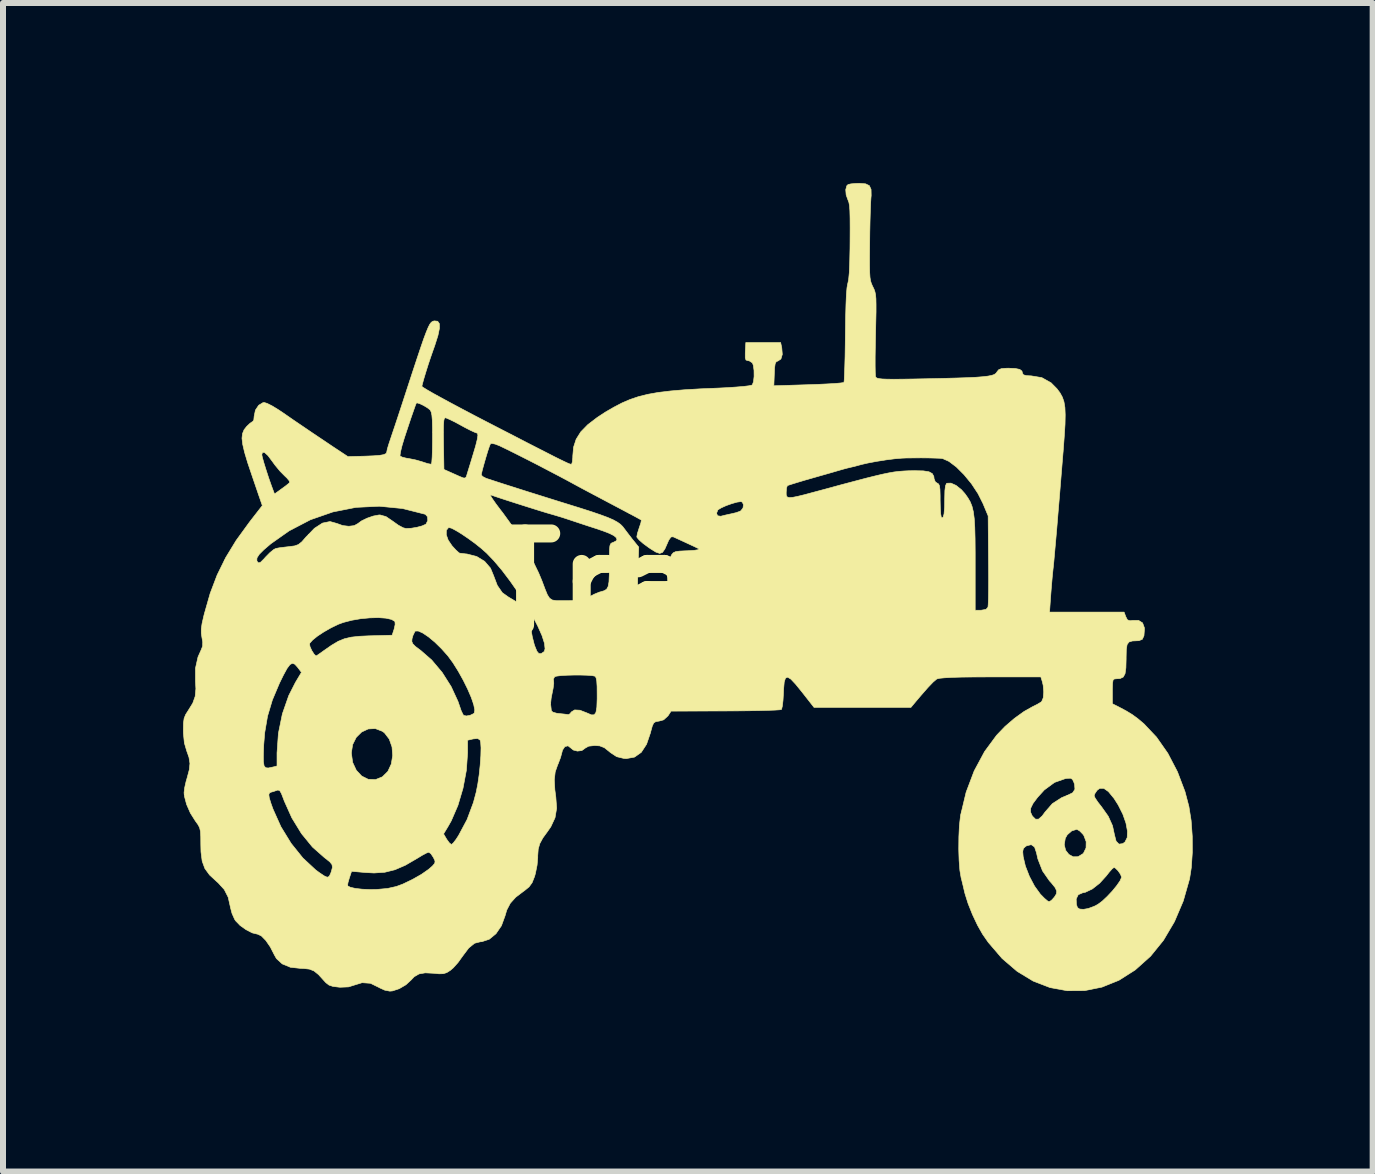
<source format=kicad_pcb>
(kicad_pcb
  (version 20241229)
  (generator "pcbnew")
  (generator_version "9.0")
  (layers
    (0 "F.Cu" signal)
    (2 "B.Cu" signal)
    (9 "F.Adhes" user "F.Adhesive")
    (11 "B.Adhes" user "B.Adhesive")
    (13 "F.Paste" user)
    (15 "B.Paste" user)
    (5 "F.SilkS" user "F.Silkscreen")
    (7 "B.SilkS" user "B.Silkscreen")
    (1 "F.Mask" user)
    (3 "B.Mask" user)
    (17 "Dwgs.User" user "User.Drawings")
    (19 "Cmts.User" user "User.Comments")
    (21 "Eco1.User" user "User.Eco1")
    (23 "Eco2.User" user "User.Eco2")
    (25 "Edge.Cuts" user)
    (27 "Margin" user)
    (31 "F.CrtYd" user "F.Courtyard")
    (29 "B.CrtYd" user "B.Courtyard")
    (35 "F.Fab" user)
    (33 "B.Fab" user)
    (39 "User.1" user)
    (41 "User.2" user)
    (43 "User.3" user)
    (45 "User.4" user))
  (footprint "Tractor"
    (layer "F.Cu")
    (at 9.11 6.673)
    (property "Reference" "Tractor" (at 0 0 0) (layer "F.SilkS") (effects (font (size 1.524 1.524) (thickness 0.3))))
    (attr through_hole)
    (fp_poly (pts (xy 2.263 -6.66) (xy 2.325 -6.63) (xy 2.354 -6.567) (xy 2.356 -6.464) (xy 2.352 -6.422) (xy 2.347 -6.342) (xy 2.342 -6.211) (xy 2.337 -6.044) (xy 2.333 -5.853) (xy 2.331 -5.667) (xy 2.329 -5.456) (xy 2.329 -5.299) (xy 2.331 -5.185) (xy 2.336 -5.104) (xy 2.345 -5.045) (xy 2.359 -5) (xy 2.378 -4.956) (xy 2.385 -4.943) (xy 2.405 -4.901) (xy 2.419 -4.86) (xy 2.429 -4.812) (xy 2.435 -4.746) (xy 2.437 -4.653) (xy 2.437 -4.524) (xy 2.433 -4.349) (xy 2.429 -4.16) (xy 2.425 -3.959) (xy 2.422 -3.777) (xy 2.422 -3.626) (xy 2.424 -3.514) (xy 2.427 -3.453) (xy 2.429 -3.447) (xy 2.437 -3.433) (xy 2.455 -3.422) (xy 2.489 -3.414) (xy 2.543 -3.408) (xy 2.623 -3.405) (xy 2.734 -3.404) (xy 2.881 -3.405) (xy 3.069 -3.408) (xy 3.273 -3.412) (xy 3.545 -3.418) (xy 3.771 -3.424) (xy 3.955 -3.43) (xy 4.102 -3.437) (xy 4.216 -3.446) (xy 4.301 -3.456) (xy 4.363 -3.468) (xy 4.405 -3.482) (xy 4.432 -3.5) (xy 4.449 -3.521) (xy 4.452 -3.527) (xy 4.48 -3.562) (xy 4.527 -3.581) (xy 4.607 -3.587) (xy 4.64 -3.588) (xy 4.757 -3.583) (xy 4.831 -3.568) (xy 4.868 -3.54) (xy 4.877 -3.505) (xy 4.892 -3.478) (xy 4.943 -3.464) (xy 5.023 -3.46) (xy 5.199 -3.431) (xy 5.353 -3.345) (xy 5.451 -3.246) (xy 5.503 -3.176) (xy 5.541 -3.107) (xy 5.568 -3.029) (xy 5.584 -2.933) (xy 5.589 -2.811) (xy 5.586 -2.653) (xy 5.573 -2.45) (xy 5.554 -2.194) (xy 5.552 -2.175) (xy 5.52 -1.783) (xy 5.493 -1.45) (xy 5.469 -1.168) (xy 5.45 -0.934) (xy 5.433 -0.741) (xy 5.419 -0.585) (xy 5.408 -0.46) (xy 5.399 -0.36) (xy 5.391 -0.28) (xy 5.386 -0.238) (xy 5.371 -0.087) (xy 5.356 0.088) (xy 5.345 0.23) (xy 5.328 0.476) (xy 6.57 0.476) (xy 6.599 0.554) (xy 6.626 0.606) (xy 6.668 0.62) (xy 6.714 0.614) (xy 6.811 0.614) (xy 6.878 0.656) (xy 6.908 0.737) (xy 6.909 0.761) (xy 6.901 0.87) (xy 6.873 0.93) (xy 6.817 0.952) (xy 6.798 0.953) (xy 6.708 0.957) (xy 6.652 0.974) (xy 6.62 1.017) (xy 6.607 1.098) (xy 6.604 1.229) (xy 6.604 1.257) (xy 6.6 1.406) (xy 6.586 1.503) (xy 6.556 1.558) (xy 6.504 1.583) (xy 6.441 1.587) (xy 6.406 1.591) (xy 6.386 1.61) (xy 6.378 1.66) (xy 6.375 1.755) (xy 6.375 1.795) (xy 6.375 2.003) (xy 6.471 2.051) (xy 6.603 2.121) (xy 6.705 2.183) (xy 6.798 2.251) (xy 6.9 2.337) (xy 7.11 2.559) (xy 7.299 2.829) (xy 7.459 3.136) (xy 7.585 3.468) (xy 7.65 3.715) (xy 7.687 3.949) (xy 7.706 4.212) (xy 7.707 4.481) (xy 7.69 4.734) (xy 7.661 4.921) (xy 7.556 5.29) (xy 7.409 5.635) (xy 7.226 5.945) (xy 7.011 6.21) (xy 6.755 6.439) (xy 6.484 6.611) (xy 6.201 6.725) (xy 5.913 6.783) (xy 5.623 6.785) (xy 5.335 6.732) (xy 5.055 6.624) (xy 4.788 6.462) (xy 4.537 6.247) (xy 4.307 5.979) (xy 4.212 5.842) (xy 4.128 5.694) (xy 4.044 5.516) (xy 3.971 5.333) (xy 3.919 5.168) (xy 3.913 5.144) (xy 3.887 5.033) (xy 3.862 4.93) (xy 3.855 4.905) (xy 3.834 4.782) (xy 3.821 4.615) (xy 3.816 4.465) (xy 4.881 4.465) (xy 4.888 4.549) (xy 4.925 4.707) (xy 4.992 4.879) (xy 5.078 5.042) (xy 5.173 5.173) (xy 5.177 5.178) (xy 5.243 5.245) (xy 5.296 5.29) (xy 5.32 5.302) (xy 5.357 5.281) (xy 5.381 5.256) (xy 5.772 5.256) (xy 5.775 5.345) (xy 5.793 5.4) (xy 5.829 5.424) (xy 5.893 5.429) (xy 5.973 5.415) (xy 6.07 5.379) (xy 6.132 5.347) (xy 6.205 5.293) (xy 6.288 5.215) (xy 6.373 5.125) (xy 6.447 5.034) (xy 6.502 4.955) (xy 6.527 4.898) (xy 6.528 4.891) (xy 6.51 4.844) (xy 6.469 4.785) (xy 6.424 4.741) (xy 6.402 4.731) (xy 6.373 4.752) (xy 6.323 4.808) (xy 6.272 4.873) (xy 6.162 4.994) (xy 6.041 5.089) (xy 5.925 5.144) (xy 5.878 5.154) (xy 5.806 5.185) (xy 5.772 5.256) (xy 5.381 5.256) (xy 5.405 5.229) (xy 5.408 5.226) (xy 5.442 5.171) (xy 5.447 5.122) (xy 5.421 5.066) (xy 5.359 4.989) (xy 5.326 4.953) (xy 5.211 4.788) (xy 5.133 4.587) (xy 5.11 4.485) (xy 5.078 4.39) (xy 5.024 4.352) (xy 5.573 4.352) (xy 5.596 4.445) (xy 5.65 4.514) (xy 5.722 4.553) (xy 5.803 4.552) (xy 5.883 4.503) (xy 5.894 4.492) (xy 5.936 4.405) (xy 5.938 4.301) (xy 5.9 4.2) (xy 5.881 4.174) (xy 5.828 4.121) (xy 5.784 4.096) (xy 5.781 4.096) (xy 5.697 4.122) (xy 5.623 4.187) (xy 5.59 4.246) (xy 5.573 4.352) (xy 5.024 4.352) (xy 5.023 4.351) (xy 4.946 4.37) (xy 4.926 4.383) (xy 4.892 4.415) (xy 4.881 4.465) (xy 3.816 4.465) (xy 3.815 4.422) (xy 3.817 4.221) (xy 3.826 4.032) (xy 3.844 3.873) (xy 3.847 3.854) (xy 3.859 3.807) (xy 5.01 3.807) (xy 5.038 3.868) (xy 5.046 3.879) (xy 5.095 3.927) (xy 5.145 3.926) (xy 5.205 3.873) (xy 5.252 3.809) (xy 5.375 3.668) (xy 5.53 3.568) (xy 5.605 3.537) (xy 6.071 3.537) (xy 6.088 3.575) (xy 6.133 3.642) (xy 6.194 3.72) (xy 6.306 3.878) (xy 6.377 4.035) (xy 6.41 4.188) (xy 6.437 4.293) (xy 6.485 4.342) (xy 6.548 4.334) (xy 6.585 4.306) (xy 6.622 4.233) (xy 6.626 4.125) (xy 6.601 3.991) (xy 6.549 3.843) (xy 6.472 3.69) (xy 6.402 3.58) (xy 6.309 3.467) (xy 6.231 3.412) (xy 6.163 3.413) (xy 6.12 3.446) (xy 6.083 3.501) (xy 6.071 3.537) (xy 5.605 3.537) (xy 5.63 3.527) (xy 5.714 3.486) (xy 5.751 3.428) (xy 5.745 3.347) (xy 5.734 3.314) (xy 5.711 3.264) (xy 5.679 3.244) (xy 5.621 3.246) (xy 5.59 3.251) (xy 5.411 3.314) (xy 5.241 3.439) (xy 5.129 3.562) (xy 5.052 3.665) (xy 5.014 3.743) (xy 5.01 3.807) (xy 3.859 3.807) (xy 3.938 3.477) (xy 4.072 3.123) (xy 4.245 2.801) (xy 4.446 2.528) (xy 4.585 2.383) (xy 4.743 2.247) (xy 4.903 2.132) (xy 5.047 2.051) (xy 5.052 2.049) (xy 5.127 2.011) (xy 5.185 1.976) (xy 5.198 1.964) (xy 5.223 1.904) (xy 5.231 1.807) (xy 5.222 1.697) (xy 5.208 1.637) (xy 5.183 1.556) (xy 4.342 1.556) (xy 4.081 1.557) (xy 3.868 1.559) (xy 3.7 1.564) (xy 3.577 1.571) (xy 3.494 1.579) (xy 3.45 1.59) (xy 3.446 1.593) (xy 3.387 1.643) (xy 3.3 1.734) (xy 3.182 1.869) (xy 3.104 1.961) (xy 3.018 2.064) (xy 1.404 2.064) (xy 1.204 1.809) (xy 1.097 1.677) (xy 1.019 1.594) (xy 0.964 1.56) (xy 0.928 1.576) (xy 0.907 1.641) (xy 0.897 1.756) (xy 0.894 1.825) (xy 0.887 1.946) (xy 0.876 2.041) (xy 0.863 2.094) (xy 0.859 2.099) (xy 0.828 2.104) (xy 0.752 2.109) (xy 0.637 2.113) (xy 0.49 2.117) (xy 0.315 2.12) (xy 0.119 2.122) (xy -0.073 2.123) (xy -0.978 2.126) (xy -1.029 2.204) (xy -1.102 2.271) (xy -1.178 2.292) (xy -1.233 2.301) (xy -1.267 2.323) (xy -1.291 2.373) (xy -1.317 2.467) (xy -1.322 2.488) (xy -1.387 2.678) (xy -1.475 2.813) (xy -1.587 2.892) (xy -1.725 2.917) (xy -1.766 2.914) (xy -1.885 2.885) (xy -1.991 2.815) (xy -2.008 2.8) (xy -2.09 2.735) (xy -2.167 2.705) (xy -2.25 2.699) (xy -2.351 2.71) (xy -2.409 2.742) (xy -2.413 2.746) (xy -2.465 2.783) (xy -2.539 2.792) (xy -2.608 2.774) (xy -2.643 2.745) (xy -2.695 2.704) (xy -2.748 2.717) (xy -2.788 2.777) (xy -2.796 2.81) (xy -2.82 2.899) (xy -2.859 3.002) (xy -2.869 3.024) (xy -2.909 3.139) (xy -2.924 3.271) (xy -2.915 3.436) (xy -2.899 3.555) (xy -2.885 3.743) (xy -2.912 3.903) (xy -2.982 4.053) (xy -3.034 4.128) (xy -3.116 4.241) (xy -3.166 4.334) (xy -3.192 4.425) (xy -3.2 4.533) (xy -3.2 4.566) (xy -3.211 4.693) (xy -3.239 4.832) (xy -3.253 4.882) (xy -3.294 4.985) (xy -3.345 5.055) (xy -3.422 5.118) (xy -3.438 5.129) (xy -3.567 5.227) (xy -3.657 5.327) (xy -3.716 5.44) (xy -3.745 5.538) (xy -3.805 5.702) (xy -3.896 5.835) (xy -4.008 5.927) (xy -4.132 5.968) (xy -4.156 5.969) (xy -4.253 5.994) (xy -4.35 6.073) (xy -4.453 6.21) (xy -4.458 6.217) (xy -4.529 6.316) (xy -4.607 6.403) (xy -4.657 6.446) (xy -4.716 6.483) (xy -4.772 6.501) (xy -4.845 6.503) (xy -4.936 6.494) (xy -5.075 6.487) (xy -5.178 6.505) (xy -5.259 6.552) (xy -5.31 6.606) (xy -5.397 6.686) (xy -5.508 6.751) (xy -5.62 6.788) (xy -5.664 6.792) (xy -5.748 6.776) (xy -5.834 6.737) (xy -5.842 6.732) (xy -5.987 6.661) (xy -6.126 6.651) (xy -6.234 6.684) (xy -6.353 6.721) (xy -6.495 6.727) (xy -6.514 6.725) (xy -6.612 6.713) (xy -6.678 6.691) (xy -6.731 6.65) (xy -6.763 6.615) (xy -6.853 6.516) (xy -6.927 6.456) (xy -7.004 6.425) (xy -7.101 6.414) (xy -7.149 6.413) (xy -7.321 6.394) (xy -7.457 6.338) (xy -7.554 6.249) (xy -7.589 6.187) (xy -7.656 6.056) (xy -7.731 5.947) (xy -7.805 5.872) (xy -7.868 5.842) (xy -7.871 5.842) (xy -7.957 5.821) (xy -8.06 5.768) (xy -8.16 5.697) (xy -8.235 5.619) (xy -8.251 5.594) (xy -8.294 5.497) (xy -8.321 5.395) (xy -8.321 5.392) (xy -8.358 5.227) (xy -8.423 5.099) (xy -8.484 5.032) (xy -6.369 5.032) (xy -6.368 5.037) (xy -6.323 5.061) (xy -6.24 5.08) (xy -6.127 5.093) (xy -5.997 5.099) (xy -5.88 5.097) (xy -5.703 5.081) (xy -5.556 5.048) (xy -5.448 5.008) (xy -5.286 4.93) (xy -5.138 4.846) (xy -5.018 4.762) (xy -4.956 4.708) (xy -4.916 4.662) (xy -4.911 4.624) (xy -4.939 4.563) (xy -4.94 4.562) (xy -4.98 4.502) (xy -5.015 4.477) (xy -5.016 4.477) (xy -5.053 4.49) (xy -5.121 4.526) (xy -5.205 4.577) (xy -5.21 4.58) (xy -5.406 4.694) (xy -5.58 4.769) (xy -5.749 4.811) (xy -5.928 4.823) (xy -6.074 4.815) (xy -6.302 4.795) (xy -6.34 4.909) (xy -6.362 4.985) (xy -6.369 5.032) (xy -8.484 5.032) (xy -8.525 4.987) (xy -8.549 4.966) (xy -8.668 4.856) (xy -8.746 4.749) (xy -8.791 4.627) (xy -8.811 4.472) (xy -8.814 4.349) (xy -8.815 4.216) (xy -8.82 4.129) (xy -8.834 4.068) (xy -8.861 4.017) (xy -8.905 3.956) (xy -8.988 3.824) (xy -9.051 3.68) (xy -9.087 3.544) (xy -9.09 3.517) (xy -7.681 3.517) (xy -7.673 3.574) (xy -7.643 3.67) (xy -7.611 3.759) (xy -7.479 4.053) (xy -7.309 4.33) (xy -7.113 4.574) (xy -6.9 4.772) (xy -6.839 4.817) (xy -6.757 4.872) (xy -6.707 4.894) (xy -6.675 4.88) (xy -6.65 4.83) (xy -6.637 4.791) (xy -6.621 4.73) (xy -6.628 4.683) (xy -6.665 4.637) (xy -6.738 4.579) (xy -6.756 4.565) (xy -6.954 4.39) (xy -7.132 4.172) (xy -4.769 4.172) (xy -4.717 4.261) (xy -4.674 4.32) (xy -4.64 4.348) (xy -4.637 4.348) (xy -4.608 4.324) (xy -4.561 4.263) (xy -4.519 4.198) (xy -4.377 3.932) (xy -4.272 3.65) (xy -4.226 3.479) (xy -4.199 3.343) (xy -4.176 3.186) (xy -4.159 3.023) (xy -4.148 2.868) (xy -4.145 2.737) (xy -4.151 2.643) (xy -4.16 2.609) (xy -4.2 2.582) (xy -4.276 2.589) (xy -4.276 2.589) (xy -4.369 2.611) (xy -4.369 2.821) (xy -4.389 3.111) (xy -4.445 3.41) (xy -4.53 3.697) (xy -4.641 3.954) (xy -4.693 4.046) (xy -4.769 4.172) (xy -7.132 4.172) (xy -7.137 4.166) (xy -7.297 3.905) (xy -7.424 3.622) (xy -7.434 3.594) (xy -7.471 3.498) (xy -7.499 3.451) (xy -7.529 3.441) (xy -7.547 3.446) (xy -7.607 3.467) (xy -7.635 3.474) (xy -7.668 3.487) (xy -7.681 3.517) (xy -9.09 3.517) (xy -9.093 3.486) (xy -9.084 3.407) (xy -9.06 3.3) (xy -9.042 3.238) (xy -9.006 3.103) (xy -8.995 2.998) (xy -9.011 2.897) (xy -9.025 2.856) (xy -7.772 2.856) (xy -7.771 2.969) (xy -7.76 3.037) (xy -7.734 3.069) (xy -7.69 3.074) (xy -7.625 3.06) (xy -7.623 3.06) (xy -7.544 3.04) (xy -7.544 2.826) (xy -7.544 2.822) (xy -6.306 2.822) (xy -6.284 2.981) (xy -6.223 3.112) (xy -6.133 3.208) (xy -6.024 3.262) (xy -5.903 3.267) (xy -5.789 3.221) (xy -5.697 3.13) (xy -5.64 3.007) (xy -5.617 2.866) (xy -5.628 2.723) (xy -5.674 2.592) (xy -5.754 2.488) (xy -5.789 2.462) (xy -5.906 2.417) (xy -6.024 2.423) (xy -6.134 2.474) (xy -6.224 2.563) (xy -6.284 2.683) (xy -6.306 2.822) (xy -7.544 2.822) (xy -7.521 2.496) (xy -7.455 2.172) (xy -7.349 1.868) (xy -7.238 1.649) (xy -7.137 1.48) (xy -7.204 1.392) (xy -7.248 1.344) (xy -7.288 1.329) (xy -7.329 1.351) (xy -7.377 1.415) (xy -7.438 1.527) (xy -7.503 1.659) (xy -7.622 1.941) (xy -7.702 2.209) (xy -7.749 2.483) (xy -7.766 2.689) (xy -7.772 2.856) (xy -9.025 2.856) (xy -9.048 2.792) (xy -9.088 2.656) (xy -9.104 2.495) (xy -9.105 2.442) (xy -9.103 2.324) (xy -9.092 2.246) (xy -9.066 2.182) (xy -9.022 2.113) (xy -8.948 1.993) (xy -8.908 1.881) (xy -8.896 1.753) (xy -8.903 1.628) (xy -8.903 1.412) (xy -8.861 1.224) (xy -8.81 1.11) (xy -8.784 1.044) (xy -8.783 1.005) (xy -7.003 1.005) (xy -6.995 1.05) (xy -6.966 1.115) (xy -6.928 1.175) (xy -6.896 1.206) (xy -6.893 1.206) (xy -6.869 1.192) (xy -6.814 1.154) (xy -6.764 1.118) (xy -6.636 1.029) (xy -6.53 0.966) (xy -5.298 0.966) (xy -5.282 1.004) (xy -5.239 1.048) (xy -5.159 1.108) (xy -5.154 1.111) (xy -4.966 1.275) (xy -4.792 1.482) (xy -4.643 1.717) (xy -4.529 1.964) (xy -4.505 2.034) (xy -4.474 2.123) (xy -4.444 2.184) (xy -4.434 2.197) (xy -4.389 2.207) (xy -4.325 2.195) (xy -4.269 2.168) (xy -4.258 2.158) (xy -4.249 2.107) (xy -4.267 2.017) (xy -4.275 1.993) (xy -2.985 1.993) (xy -2.984 2.022) (xy -2.976 2.092) (xy -2.974 2.118) (xy -2.949 2.143) (xy -2.883 2.162) (xy -2.838 2.167) (xy -2.76 2.175) (xy -2.705 2.182) (xy -2.689 2.185) (xy -2.662 2.169) (xy -2.64 2.14) (xy -2.585 2.106) (xy -2.497 2.111) (xy -2.381 2.156) (xy -2.372 2.16) (xy -2.304 2.189) (xy -2.258 2.187) (xy -2.23 2.147) (xy -2.215 2.06) (xy -2.21 1.921) (xy -2.21 1.862) (xy -2.211 1.717) (xy -2.217 1.623) (xy -2.228 1.57) (xy -2.246 1.545) (xy -2.25 1.543) (xy -2.296 1.534) (xy -2.378 1.528) (xy -2.483 1.525) (xy -2.599 1.525) (xy -2.713 1.528) (xy -2.813 1.534) (xy -2.886 1.543) (xy -2.918 1.553) (xy -2.94 1.594) (xy -2.936 1.615) (xy -2.933 1.663) (xy -2.944 1.748) (xy -2.956 1.807) (xy -2.976 1.909) (xy -2.985 1.993) (xy -4.275 1.993) (xy -4.308 1.897) (xy -4.368 1.758) (xy -4.442 1.609) (xy -4.525 1.46) (xy -4.612 1.321) (xy -4.697 1.205) (xy -4.803 1.086) (xy -4.913 0.978) (xy -5.02 0.889) (xy -5.115 0.825) (xy -5.191 0.791) (xy -5.24 0.792) (xy -5.246 0.798) (xy -5.278 0.863) (xy -5.295 0.921) (xy -5.298 0.966) (xy -6.53 0.966) (xy -6.527 0.964) (xy -6.423 0.921) (xy -6.31 0.894) (xy -6.175 0.879) (xy -6.004 0.871) (xy -5.994 0.871) (xy -5.626 0.861) (xy -5.593 0.76) (xy -5.576 0.684) (xy -5.579 0.635) (xy -5.581 0.631) (xy -5.636 0.598) (xy -5.731 0.577) (xy -5.855 0.568) (xy -5.998 0.572) (xy -6.149 0.586) (xy -6.299 0.612) (xy -6.438 0.648) (xy -6.523 0.679) (xy -6.645 0.738) (xy -6.764 0.806) (xy -6.869 0.875) (xy -6.95 0.94) (xy -6.997 0.992) (xy -7.003 1.005) (xy -8.783 1.005) (xy -8.782 0.974) (xy -8.795 0.901) (xy -8.806 0.828) (xy -8.806 0.756) (xy -8.793 0.666) (xy -8.764 0.539) (xy -8.754 0.5) (xy -8.658 0.164) (xy -8.542 -0.142) (xy -8.424 -0.382) (xy -7.881 -0.382) (xy -7.872 -0.363) (xy -7.85 -0.343) (xy -7.818 -0.355) (xy -7.768 -0.404) (xy -7.733 -0.443) (xy -7.662 -0.515) (xy -7.597 -0.568) (xy -7.564 -0.584) (xy -7.508 -0.595) (xy -7.422 -0.606) (xy -7.344 -0.615) (xy -7.251 -0.627) (xy -7.187 -0.65) (xy -7.13 -0.696) (xy -7.064 -0.772) (xy -7.024 -0.813) (xy -4.724 -0.813) (xy -4.692 -0.723) (xy -4.629 -0.63) (xy -4.623 -0.623) (xy -4.563 -0.558) (xy -4.517 -0.516) (xy -4.502 -0.506) (xy -4.467 -0.502) (xy -4.402 -0.494) (xy -4.378 -0.492) (xy -4.218 -0.451) (xy -4.085 -0.37) (xy -3.987 -0.256) (xy -3.935 -0.13) (xy -3.874 0.031) (xy -3.79 0.153) (xy -3.69 0.224) (xy -3.539 0.314) (xy -3.422 0.446) (xy -3.343 0.614) (xy -3.313 0.761) (xy -3.291 0.886) (xy -3.258 1.016) (xy -3.249 1.042) (xy -3.214 1.128) (xy -3.182 1.166) (xy -3.144 1.169) (xy -3.092 1.133) (xy -3.078 1.088) (xy -3.088 0.995) (xy -3.129 0.867) (xy -3.199 0.71) (xy -3.291 0.533) (xy -3.402 0.344) (xy -3.526 0.15) (xy -3.659 -0.04) (xy -3.795 -0.22) (xy -3.931 -0.381) (xy -4.051 -0.506) (xy -4.14 -0.585) (xy -4.245 -0.669) (xy -4.358 -0.751) (xy -4.467 -0.825) (xy -4.564 -0.884) (xy -4.639 -0.923) (xy -4.683 -0.933) (xy -4.685 -0.933) (xy -4.723 -0.887) (xy -4.724 -0.813) (xy -7.024 -0.813) (xy -6.921 -0.92) (xy -6.787 -1.007) (xy -6.661 -1.033) (xy -6.547 -1.001) (xy -6.45 -0.966) (xy -6.348 -0.954) (xy -6.258 -0.965) (xy -6.2 -0.997) (xy -6.137 -1.043) (xy -6.045 -1.088) (xy -5.942 -1.124) (xy -5.848 -1.142) (xy -5.828 -1.143) (xy -5.728 -1.115) (xy -5.606 -1.032) (xy -5.605 -1.031) (xy -5.521 -0.971) (xy -5.442 -0.929) (xy -5.396 -0.917) (xy -5.308 -0.921) (xy -5.213 -0.937) (xy -5.127 -0.96) (xy -5.069 -0.986) (xy -5.061 -0.992) (xy -5.032 -1.05) (xy -5.037 -1.113) (xy -5.072 -1.153) (xy -5.074 -1.154) (xy -5.453 -1.25) (xy -5.84 -1.288) (xy -6.229 -1.269) (xy -6.613 -1.193) (xy -6.987 -1.063) (xy -7.342 -0.878) (xy -7.647 -0.663) (xy -7.764 -0.563) (xy -7.84 -0.487) (xy -7.878 -0.428) (xy -7.881 -0.382) (xy -8.424 -0.382) (xy -8.4 -0.431) (xy -8.225 -0.718) (xy -8.01 -1.014) (xy -7.992 -1.038) (xy -7.789 -1.299) (xy -7.851 -1.478) (xy -3.989 -1.478) (xy -3.987 -1.463) (xy -3.954 -1.41) (xy -3.896 -1.327) (xy -3.817 -1.222) (xy -3.784 -1.18) (xy -3.618 -0.951) (xy -3.455 -0.695) (xy -3.308 -0.431) (xy -3.185 -0.177) (xy -3.131 -0.048) (xy -3.078 0.093) (xy -3.039 0.188) (xy -3.002 0.245) (xy -2.956 0.275) (xy -2.891 0.285) (xy -2.795 0.286) (xy -2.722 0.286) (xy -2.587 0.283) (xy -2.49 0.275) (xy -2.418 0.258) (xy -2.356 0.23) (xy -2.341 0.221) (xy -2.256 0.177) (xy -2.173 0.143) (xy -2.153 0.138) (xy -2.093 0.12) (xy -2.052 0.095) (xy -2.027 0.049) (xy -2.013 -0.027) (xy -2.008 -0.145) (xy -2.007 -0.305) (xy -2.006 -0.46) (xy -2.004 -0.564) (xy -1.998 -0.627) (xy -1.986 -0.661) (xy -1.966 -0.677) (xy -1.943 -0.685) (xy -1.896 -0.709) (xy -1.88 -0.73) (xy -1.891 -0.764) (xy -1.931 -0.798) (xy -2.004 -0.835) (xy -2.116 -0.878) (xy -2.237 -0.919) (xy -2.37 -0.962) (xy -2.503 -1.006) (xy -2.617 -1.044) (xy -2.68 -1.065) (xy -2.796 -1.103) (xy -2.923 -1.141) (xy -2.985 -1.159) (xy -3.051 -1.178) (xy -3.156 -1.21) (xy -3.287 -1.251) (xy -3.433 -1.297) (xy -3.584 -1.345) (xy -3.727 -1.391) (xy -3.852 -1.432) (xy -3.947 -1.464) (xy -3.989 -1.478) (xy -7.851 -1.478) (xy -7.958 -1.791) (xy -8.033 -2.013) (xy -8.073 -2.147) (xy -7.798 -2.147) (xy -7.788 -2.099) (xy -7.762 -2.007) (xy -7.725 -1.888) (xy -7.682 -1.756) (xy -7.636 -1.626) (xy -7.619 -1.58) (xy -7.586 -1.492) (xy -7.47 -1.576) (xy -7.4 -1.627) (xy -7.349 -1.668) (xy -7.333 -1.682) (xy -7.34 -1.711) (xy -7.381 -1.76) (xy -7.417 -1.794) (xy -7.493 -1.871) (xy -7.576 -1.971) (xy -7.624 -2.037) (xy -7.695 -2.132) (xy -7.75 -2.182) (xy -7.786 -2.187) (xy -7.798 -2.147) (xy -8.073 -2.147) (xy -8.085 -2.187) (xy -8.116 -2.32) (xy -8.128 -2.421) (xy -8.119 -2.499) (xy -8.093 -2.562) (xy -8.05 -2.617) (xy -7.995 -2.669) (xy -7.955 -2.697) (xy -7.948 -2.699) (xy -7.931 -2.726) (xy -7.925 -2.788) (xy -7.904 -2.889) (xy -7.85 -2.97) (xy -7.778 -3.014) (xy -7.756 -3.016) (xy -7.708 -3.001) (xy -7.628 -2.961) (xy -7.529 -2.901) (xy -7.446 -2.846) (xy -7.27 -2.724) (xy -7.105 -2.612) (xy -6.936 -2.497) (xy -6.746 -2.37) (xy -6.617 -2.283) (xy -6.363 -2.115) (xy -6.083 -2.122) (xy -5.936 -2.128) (xy -5.832 -2.136) (xy -5.495 -2.136) (xy -5.493 -2.124) (xy -5.458 -2.106) (xy -5.391 -2.089) (xy -5.346 -2.082) (xy -5.241 -2.061) (xy -5.134 -2.031) (xy -5.104 -2.021) (xy -5.033 -1.998) (xy -4.983 -1.989) (xy -4.972 -1.991) (xy -4.965 -2.026) (xy -4.959 -2.112) (xy -4.955 -2.237) (xy -4.953 -2.39) (xy -4.953 -2.426) (xy -4.953 -2.523) (xy -4.772 -2.523) (xy -4.77 -2.351) (xy -4.77 -2.332) (xy -4.763 -1.901) (xy -4.597 -1.827) (xy -4.501 -1.784) (xy -4.442 -1.76) (xy -4.41 -1.758) (xy -4.392 -1.777) (xy -4.381 -1.809) (xy -4.14 -1.809) (xy -4.118 -1.783) (xy -4.064 -1.755) (xy -4.045 -1.748) (xy -3.968 -1.723) (xy -3.852 -1.685) (xy -3.706 -1.638) (xy -3.539 -1.585) (xy -3.36 -1.528) (xy -3.181 -1.472) (xy -3.009 -1.418) (xy -2.856 -1.37) (xy -2.743 -1.335) (xy -2.505 -1.261) (xy -2.311 -1.199) (xy -2.156 -1.146) (xy -2.034 -1.101) (xy -1.942 -1.061) (xy -1.873 -1.023) (xy -1.822 -0.987) (xy -1.784 -0.949) (xy -1.769 -0.929) (xy -1.697 -0.834) (xy -1.62 -0.734) (xy -1.603 -0.714) (xy -1.517 -0.607) (xy -1.531 -0.211) (xy -1.535 -0.058) (xy -1.536 0.07) (xy -1.535 0.161) (xy -1.531 0.203) (xy -1.53 0.204) (xy -1.501 0.21) (xy -1.43 0.214) (xy -1.326 0.217) (xy -1.197 0.217) (xy -1.094 0.216) (xy -0.967 0.214) (xy -0.872 0.21) (xy -0.813 0.206) (xy -0.796 0.202) (xy -0.821 0.199) (xy -0.905 0.19) (xy -0.954 0.173) (xy -0.982 0.138) (xy -1.005 0.079) (xy -1.036 -0.069) (xy -1.038 -0.228) (xy -1.015 -0.374) (xy -0.991 -0.435) (xy -0.967 -0.483) (xy -0.941 -0.513) (xy -0.902 -0.531) (xy -0.839 -0.54) (xy -0.74 -0.545) (xy -0.706 -0.546) (xy -0.593 -0.553) (xy -0.529 -0.563) (xy -0.513 -0.576) (xy -0.521 -0.582) (xy -0.55 -0.596) (xy -0.595 -0.618) (xy -0.662 -0.649) (xy -0.759 -0.694) (xy -0.894 -0.756) (xy -0.945 -0.779) (xy -0.98 -0.775) (xy -1.017 -0.723) (xy -1.038 -0.675) (xy -1.082 -0.575) (xy -1.122 -0.518) (xy -1.168 -0.502) (xy -1.232 -0.524) (xy -1.325 -0.582) (xy -1.357 -0.604) (xy -1.444 -0.668) (xy -1.511 -0.727) (xy -1.546 -0.769) (xy -1.549 -0.78) (xy -1.539 -0.835) (xy -1.513 -0.917) (xy -1.507 -0.935) (xy -1.482 -1.009) (xy -1.474 -1.053) (xy -1.475 -1.058) (xy -1.501 -1.073) (xy -1.566 -1.109) (xy -1.663 -1.161) (xy -1.679 -1.169) (xy -0.221 -1.169) (xy -0.202 -1.129) (xy -0.151 -1.121) (xy -0.143 -1.123) (xy -0.084 -1.138) (xy -0.003 -1.156) (xy 0.025 -1.162) (xy 0.106 -1.181) (xy 0.17 -1.204) (xy 0.184 -1.212) (xy 0.22 -1.258) (xy 0.228 -1.314) (xy 0.208 -1.357) (xy 0.183 -1.365) (xy 0.119 -1.356) (xy 0.032 -1.331) (xy -0.061 -1.298) (xy -0.141 -1.262) (xy -0.193 -1.231) (xy -0.2 -1.224) (xy -0.221 -1.169) (xy -1.679 -1.169) (xy -1.786 -1.226) (xy -1.926 -1.3) (xy -1.943 -1.309) (xy -2.111 -1.398) (xy -2.286 -1.491) (xy -2.345 -1.522) (xy 0.94 -1.522) (xy 0.94 -1.484) (xy 0.946 -1.457) (xy 0.962 -1.439) (xy 0.994 -1.432) (xy 1.048 -1.436) (xy 1.129 -1.452) (xy 1.244 -1.48) (xy 1.396 -1.521) (xy 1.587 -1.572) (xy 1.854 -1.645) (xy 2.077 -1.704) (xy 2.262 -1.753) (xy 2.415 -1.791) (xy 2.541 -1.821) (xy 2.647 -1.843) (xy 2.738 -1.859) (xy 2.821 -1.869) (xy 2.901 -1.875) (xy 2.983 -1.879) (xy 3.075 -1.88) (xy 3.09 -1.88) (xy 3.226 -1.877) (xy 3.319 -1.862) (xy 3.374 -1.832) (xy 3.4 -1.784) (xy 3.404 -1.746) (xy 3.425 -1.694) (xy 3.454 -1.674) (xy 3.479 -1.659) (xy 3.494 -1.628) (xy 3.502 -1.567) (xy 3.505 -1.462) (xy 3.505 -1.386) (xy 3.508 -1.261) (xy 3.514 -1.162) (xy 3.524 -1.105) (xy 3.528 -1.097) (xy 3.553 -1.101) (xy 3.57 -1.159) (xy 3.579 -1.275) (xy 3.581 -1.416) (xy 3.584 -1.548) (xy 3.594 -1.628) (xy 3.611 -1.666) (xy 3.618 -1.671) (xy 3.685 -1.673) (xy 3.77 -1.635) (xy 3.859 -1.564) (xy 3.916 -1.5) (xy 3.966 -1.43) (xy 4.006 -1.362) (xy 4.036 -1.287) (xy 4.058 -1.197) (xy 4.073 -1.083) (xy 4.082 -0.937) (xy 4.087 -0.75) (xy 4.089 -0.514) (xy 4.089 -0.333) (xy 4.089 0.445) (xy 4.188 0.445) (xy 4.269 0.431) (xy 4.302 0.395) (xy 4.306 0.35) (xy 4.31 0.251) (xy 4.312 0.108) (xy 4.313 -0.069) (xy 4.312 -0.272) (xy 4.311 -0.391) (xy 4.305 -1.127) (xy 4.219 -1.333) (xy 4.136 -1.498) (xy 4.028 -1.662) (xy 3.904 -1.813) (xy 3.776 -1.941) (xy 3.652 -2.035) (xy 3.547 -2.082) (xy 3.503 -2.087) (xy 3.42 -2.09) (xy 3.31 -2.093) (xy 3.186 -2.094) (xy 3.06 -2.093) (xy 2.942 -2.092) (xy 2.87 -2.089) (xy 2.751 -2.079) (xy 2.602 -2.06) (xy 2.444 -2.035) (xy 2.297 -2.007) (xy 2.197 -1.984) (xy 2.101 -1.958) (xy 2.019 -1.938) (xy 1.969 -1.926) (xy 1.968 -1.926) (xy 1.903 -1.909) (xy 1.854 -1.895) (xy 1.808 -1.882) (xy 1.723 -1.857) (xy 1.608 -1.824) (xy 1.474 -1.786) (xy 1.384 -1.76) (xy 1.247 -1.721) (xy 1.127 -1.685) (xy 1.033 -1.656) (xy 0.974 -1.637) (xy 0.959 -1.63) (xy 0.945 -1.591) (xy 0.94 -1.522) (xy -2.345 -1.522) (xy -2.456 -1.581) (xy -2.604 -1.661) (xy -2.692 -1.709) (xy -2.842 -1.789) (xy -3.016 -1.88) (xy -3.201 -1.977) (xy -3.387 -2.072) (xy -3.561 -2.16) (xy -3.712 -2.235) (xy -3.828 -2.291) (xy -3.831 -2.293) (xy -3.908 -2.323) (xy -3.966 -2.335) (xy -3.987 -2.329) (xy -4.005 -2.288) (xy -4.033 -2.205) (xy -4.065 -2.099) (xy -4.097 -1.987) (xy -4.124 -1.889) (xy -4.139 -1.823) (xy -4.14 -1.809) (xy -4.381 -1.809) (xy -4.379 -1.817) (xy -4.374 -1.834) (xy -4.351 -1.908) (xy -4.317 -2.018) (xy -4.284 -2.127) (xy -4.235 -2.291) (xy -4.207 -2.404) (xy -4.197 -2.473) (xy -4.206 -2.505) (xy -4.217 -2.508) (xy -4.252 -2.521) (xy -4.322 -2.553) (xy -4.415 -2.601) (xy -4.477 -2.635) (xy -4.578 -2.69) (xy -4.664 -2.732) (xy -4.724 -2.758) (xy -4.741 -2.762) (xy -4.756 -2.752) (xy -4.765 -2.714) (xy -4.77 -2.641) (xy -4.772 -2.523) (xy -4.953 -2.523) (xy -4.954 -2.601) (xy -4.957 -2.725) (xy -4.964 -2.806) (xy -4.975 -2.857) (xy -4.991 -2.889) (xy -4.997 -2.896) (xy -5.041 -2.93) (xy -5.103 -2.967) (xy -5.166 -2.997) (xy -5.211 -3.01) (xy -5.222 -3.008) (xy -5.237 -2.973) (xy -5.267 -2.888) (xy -5.31 -2.765) (xy -5.361 -2.612) (xy -5.418 -2.44) (xy -5.426 -2.415) (xy -5.462 -2.295) (xy -5.486 -2.197) (xy -5.495 -2.136) (xy -5.832 -2.136) (xy -5.832 -2.136) (xy -5.765 -2.148) (xy -5.728 -2.166) (xy -5.715 -2.19) (xy -5.715 -2.197) (xy -5.706 -2.242) (xy -5.681 -2.325) (xy -5.653 -2.409) (xy -5.625 -2.493) (xy -5.581 -2.623) (xy -5.526 -2.789) (xy -5.464 -2.978) (xy -5.399 -3.177) (xy -5.384 -3.223) (xy -5.29 -3.511) (xy -5.212 -3.747) (xy -5.149 -3.935) (xy -5.099 -4.08) (xy -5.058 -4.189) (xy -5.026 -4.266) (xy -5 -4.318) (xy -4.977 -4.349) (xy -4.956 -4.366) (xy -4.933 -4.374) (xy -4.921 -4.376) (xy -4.867 -4.37) (xy -4.839 -4.33) (xy -4.838 -4.252) (xy -4.863 -4.132) (xy -4.916 -3.965) (xy -4.954 -3.858) (xy -4.986 -3.766) (xy -5.024 -3.652) (xy -5.062 -3.531) (xy -5.096 -3.419) (xy -5.12 -3.332) (xy -5.131 -3.287) (xy -5.131 -3.285) (xy -5.108 -3.267) (xy -5.043 -3.227) (xy -4.941 -3.168) (xy -4.806 -3.094) (xy -4.644 -3.006) (xy -4.458 -2.907) (xy -4.255 -2.8) (xy -4.134 -2.737) (xy -3.834 -2.582) (xy -3.577 -2.45) (xy -3.361 -2.338) (xy -3.181 -2.246) (xy -3.034 -2.171) (xy -2.917 -2.111) (xy -2.826 -2.066) (xy -2.758 -2.033) (xy -2.709 -2.01) (xy -2.676 -1.996) (xy -2.655 -1.989) (xy -2.643 -1.988) (xy -2.636 -1.99) (xy -2.635 -1.99) (xy -2.623 -2.028) (xy -2.616 -2.104) (xy -2.616 -2.125) (xy -2.603 -2.272) (xy -2.56 -2.404) (xy -2.483 -2.527) (xy -2.367 -2.646) (xy -2.209 -2.767) (xy -2.072 -2.857) (xy -1.93 -2.939) (xy -1.796 -3.009) (xy -1.661 -3.067) (xy -1.519 -3.115) (xy -1.365 -3.153) (xy -1.192 -3.184) (xy -0.993 -3.208) (xy -0.762 -3.228) (xy -0.492 -3.244) (xy -0.203 -3.256) (xy -0.04 -3.264) (xy 0.106 -3.274) (xy 0.228 -3.284) (xy 0.318 -3.295) (xy 0.368 -3.306) (xy 0.375 -3.31) (xy 0.395 -3.362) (xy 0.405 -3.451) (xy 0.404 -3.551) (xy 0.392 -3.637) (xy 0.376 -3.677) (xy 0.325 -3.71) (xy 0.298 -3.715) (xy 0.27 -3.724) (xy 0.258 -3.761) (xy 0.258 -3.842) (xy 0.259 -3.866) (xy 0.267 -4.016) (xy 0.847 -4.016) (xy 0.866 -3.929) (xy 0.875 -3.818) (xy 0.852 -3.741) (xy 0.804 -3.709) (xy 0.774 -3.696) (xy 0.756 -3.662) (xy 0.746 -3.592) (xy 0.742 -3.497) (xy 0.734 -3.295) (xy 1.31 -3.313) (xy 1.476 -3.319) (xy 1.625 -3.326) (xy 1.749 -3.333) (xy 1.841 -3.341) (xy 1.893 -3.348) (xy 1.902 -3.351) (xy 1.907 -3.387) (xy 1.911 -3.478) (xy 1.916 -3.614) (xy 1.921 -3.787) (xy 1.924 -3.988) (xy 1.926 -4.148) (xy 1.93 -4.429) (xy 1.936 -4.65) (xy 1.943 -4.815) (xy 1.953 -4.929) (xy 1.964 -4.993) (xy 1.967 -5.002) (xy 1.98 -5.063) (xy 1.991 -5.178) (xy 1.998 -5.348) (xy 2.003 -5.576) (xy 2.004 -5.699) (xy 2.005 -5.921) (xy 2.004 -6.088) (xy 2.001 -6.209) (xy 1.995 -6.293) (xy 1.985 -6.349) (xy 1.972 -6.385) (xy 1.97 -6.389) (xy 1.939 -6.475) (xy 1.932 -6.562) (xy 1.95 -6.628) (xy 1.971 -6.648) (xy 2.017 -6.659) (xy 2.095 -6.666) (xy 2.158 -6.668) (xy 2.263 -6.66)) (stroke (width 0.01) (type solid)) (fill yes) (layer "F.SilkS")))
  (gr_rect
    (start -3 -3)
    (end 19.822 16.47)
    (stroke (width 0.1) (type default))
    (fill no)
    (layer "Edge.Cuts")))
</source>
